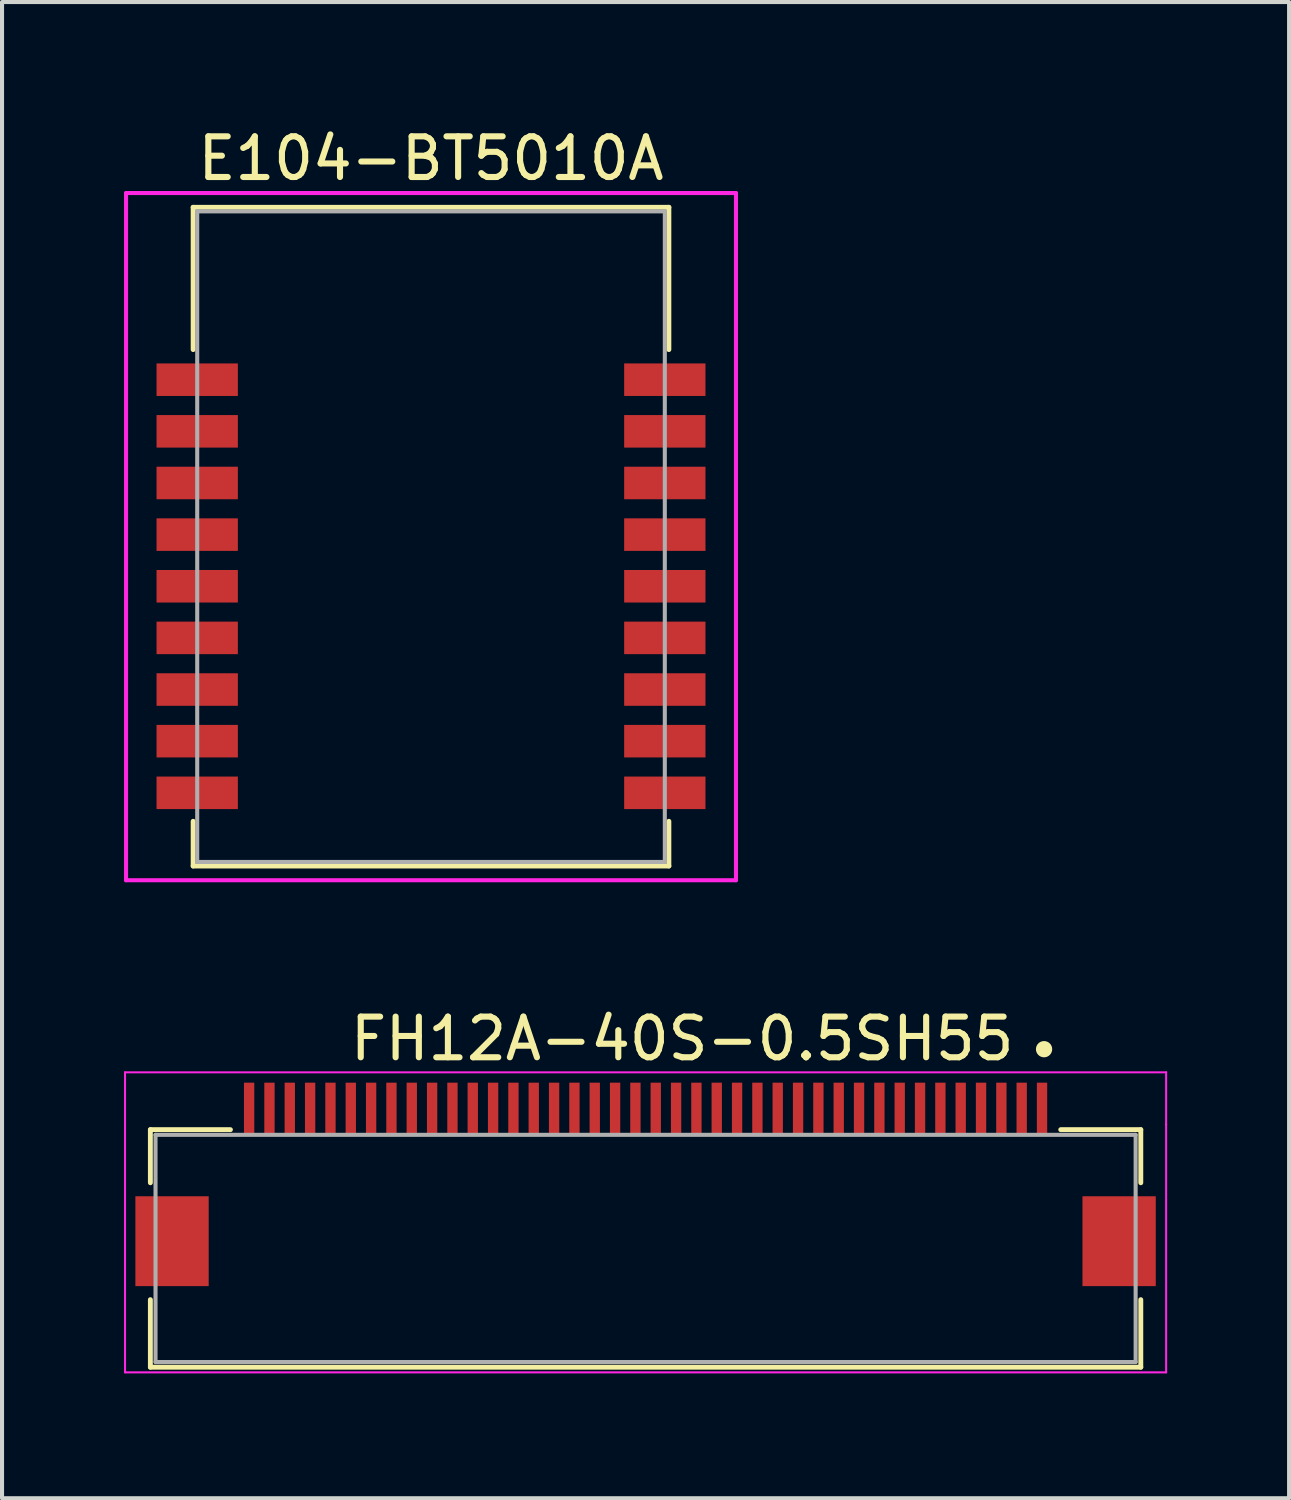
<source format=kicad_pcb>
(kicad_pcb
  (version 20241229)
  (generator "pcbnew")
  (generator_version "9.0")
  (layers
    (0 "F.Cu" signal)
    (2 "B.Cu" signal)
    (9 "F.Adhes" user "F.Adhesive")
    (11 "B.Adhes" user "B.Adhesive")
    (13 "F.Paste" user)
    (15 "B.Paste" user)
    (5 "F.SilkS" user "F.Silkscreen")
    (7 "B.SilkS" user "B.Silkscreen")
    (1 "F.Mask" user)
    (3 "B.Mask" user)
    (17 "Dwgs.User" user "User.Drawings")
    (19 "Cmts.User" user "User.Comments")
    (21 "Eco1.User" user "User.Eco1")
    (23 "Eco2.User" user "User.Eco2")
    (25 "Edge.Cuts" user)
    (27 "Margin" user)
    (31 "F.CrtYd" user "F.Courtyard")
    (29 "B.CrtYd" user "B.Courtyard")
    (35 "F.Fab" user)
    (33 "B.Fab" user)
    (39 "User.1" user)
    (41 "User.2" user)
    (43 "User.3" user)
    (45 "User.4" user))
  (footprint "FH12A-40S-0.5SH55"
    (layer "F.Cu")
    (at 12.827 30.547)
    (property "Reference" "FH12A-40S-0.5SH55" (at 0.9 -8.05 180) (layer "F.SilkS") (effects (font (size 1 1) (thickness 0.15))))
    (attr through_hole)
    (fp_line (start -12.179 -5.815) (end -12.179 -4.509) (stroke (width 0.12) (type solid)) (layer "F.SilkS"))
    (fp_line (start -12.179 -1.634) (end -12.179 0.027) (stroke (width 0.12) (type solid)) (layer "F.SilkS"))
    (fp_line (start -12.179 0.027) (end 12.179 0.027) (stroke (width 0.12) (type solid)) (layer "F.SilkS"))
    (fp_line (start -10.21 -5.815) (end -12.179 -5.815) (stroke (width 0.12) (type solid)) (layer "F.SilkS"))
    (fp_line (start 12.179 -5.815) (end 10.21 -5.815) (stroke (width 0.12) (type solid)) (layer "F.SilkS"))
    (fp_line (start 12.179 -4.509) (end 12.179 -5.815) (stroke (width 0.12) (type solid)) (layer "F.SilkS"))
    (fp_line (start 12.179 0.027) (end 12.179 -1.634) (stroke (width 0.12) (type solid)) (layer "F.SilkS"))
    (fp_circle (center 9.8 -7.794) (end 9.9 -7.794) (stroke (width 0.2) (type solid)) (fill no) (layer "F.SilkS"))
    (fp_line (start -12.802 -7.225) (end -12.802 0.154) (stroke (width 0.05) (type solid)) (layer "F.CrtYd"))
    (fp_line (start -12.802 -5.942) (end -12.802 -5.942) (stroke (width 0.05) (type solid)) (layer "F.CrtYd"))
    (fp_line (start -12.802 -5.942) (end -12.802 -5.942) (stroke (width 0.05) (type solid)) (layer "F.CrtYd"))
    (fp_line (start -12.802 0.154) (end 12.802 0.154) (stroke (width 0.05) (type solid)) (layer "F.CrtYd"))
    (fp_line (start 12.802 -7.225) (end -12.802 -7.225) (stroke (width 0.05) (type solid)) (layer "F.CrtYd"))
    (fp_line (start 12.802 -5.942) (end 12.802 -5.942) (stroke (width 0.05) (type solid)) (layer "F.CrtYd"))
    (fp_line (start 12.802 -5.942) (end 12.802 -5.942) (stroke (width 0.05) (type solid)) (layer "F.CrtYd"))
    (fp_line (start 12.802 0.154) (end 12.802 -7.225) (stroke (width 0.05) (type solid)) (layer "F.CrtYd"))
    (fp_line (start -12.052 -5.688) (end -12.052 -0.1) (stroke (width 0.1) (type solid)) (layer "F.Fab"))
    (fp_line (start -12.052 -0.1) (end 12.052 -0.1) (stroke (width 0.1) (type solid)) (layer "F.Fab"))
    (fp_line (start 12.052 -5.688) (end -12.052 -5.688) (stroke (width 0.1) (type solid)) (layer "F.Fab"))
    (fp_line (start 12.052 -0.1) (end 12.052 -5.688) (stroke (width 0.1) (type solid)) (layer "F.Fab"))
    (pad "1" smd rect (at 9.75 -6.323 270) (size 1.295 0.254) (layers "F.Cu" "F.Mask" "F.Paste"))
    (pad "2" smd rect (at 9.25 -6.323 270) (size 1.295 0.254) (layers "F.Cu" "F.Mask" "F.Paste"))
    (pad "3" smd rect (at 8.75 -6.323 270) (size 1.295 0.254) (layers "F.Cu" "F.Mask" "F.Paste"))
    (pad "4" smd rect (at 8.25 -6.323 270) (size 1.295 0.254) (layers "F.Cu" "F.Mask" "F.Paste"))
    (pad "5" smd rect (at 7.75 -6.323 270) (size 1.295 0.254) (layers "F.Cu" "F.Mask" "F.Paste"))
    (pad "6" smd rect (at 7.25 -6.323 270) (size 1.295 0.254) (layers "F.Cu" "F.Mask" "F.Paste"))
    (pad "7" smd rect (at 6.75 -6.323 270) (size 1.295 0.254) (layers "F.Cu" "F.Mask" "F.Paste"))
    (pad "8" smd rect (at 6.25 -6.323 270) (size 1.295 0.254) (layers "F.Cu" "F.Mask" "F.Paste"))
    (pad "9" smd rect (at 5.75 -6.323 270) (size 1.295 0.254) (layers "F.Cu" "F.Mask" "F.Paste"))
    (pad "10" smd rect (at 5.25 -6.323 270) (size 1.295 0.254) (layers "F.Cu" "F.Mask" "F.Paste"))
    (pad "11" smd rect (at 4.75 -6.323 270) (size 1.295 0.254) (layers "F.Cu" "F.Mask" "F.Paste"))
    (pad "12" smd rect (at 4.25 -6.323 270) (size 1.295 0.254) (layers "F.Cu" "F.Mask" "F.Paste"))
    (pad "13" smd rect (at 3.75 -6.323 270) (size 1.295 0.254) (layers "F.Cu" "F.Mask" "F.Paste"))
    (pad "14" smd rect (at 3.25 -6.323 270) (size 1.295 0.254) (layers "F.Cu" "F.Mask" "F.Paste"))
    (pad "15" smd rect (at 2.75 -6.323 270) (size 1.295 0.254) (layers "F.Cu" "F.Mask" "F.Paste"))
    (pad "16" smd rect (at 2.25 -6.323 270) (size 1.295 0.254) (layers "F.Cu" "F.Mask" "F.Paste"))
    (pad "17" smd rect (at 1.75 -6.323 270) (size 1.295 0.254) (layers "F.Cu" "F.Mask" "F.Paste"))
    (pad "18" smd rect (at 1.25 -6.323 270) (size 1.295 0.254) (layers "F.Cu" "F.Mask" "F.Paste"))
    (pad "19" smd rect (at 0.75 -6.323 270) (size 1.295 0.254) (layers "F.Cu" "F.Mask" "F.Paste"))
    (pad "20" smd rect (at 0.25 -6.323 270) (size 1.295 0.254) (layers "F.Cu" "F.Mask" "F.Paste"))
    (pad "21" smd rect (at -0.25 -6.323 270) (size 1.295 0.254) (layers "F.Cu" "F.Mask" "F.Paste"))
    (pad "22" smd rect (at -0.75 -6.323 270) (size 1.295 0.254) (layers "F.Cu" "F.Mask" "F.Paste"))
    (pad "23" smd rect (at -1.25 -6.323 270) (size 1.295 0.254) (layers "F.Cu" "F.Mask" "F.Paste"))
    (pad "24" smd rect (at -1.75 -6.323 270) (size 1.295 0.254) (layers "F.Cu" "F.Mask" "F.Paste"))
    (pad "25" smd rect (at -2.25 -6.323 270) (size 1.295 0.254) (layers "F.Cu" "F.Mask" "F.Paste"))
    (pad "26" smd rect (at -2.75 -6.323 270) (size 1.295 0.254) (layers "F.Cu" "F.Mask" "F.Paste"))
    (pad "27" smd rect (at -3.25 -6.323 270) (size 1.295 0.254) (layers "F.Cu" "F.Mask" "F.Paste"))
    (pad "28" smd rect (at -3.75 -6.323 270) (size 1.295 0.254) (layers "F.Cu" "F.Mask" "F.Paste"))
    (pad "29" smd rect (at -4.25 -6.323 270) (size 1.295 0.254) (layers "F.Cu" "F.Mask" "F.Paste"))
    (pad "30" smd rect (at -4.75 -6.323 270) (size 1.295 0.254) (layers "F.Cu" "F.Mask" "F.Paste"))
    (pad "31" smd rect (at -5.25 -6.323 270) (size 1.295 0.254) (layers "F.Cu" "F.Mask" "F.Paste"))
    (pad "32" smd rect (at -5.75 -6.323 270) (size 1.295 0.254) (layers "F.Cu" "F.Mask" "F.Paste"))
    (pad "33" smd rect (at -6.25 -6.323 270) (size 1.295 0.254) (layers "F.Cu" "F.Mask" "F.Paste"))
    (pad "34" smd rect (at -6.75 -6.323 270) (size 1.295 0.254) (layers "F.Cu" "F.Mask" "F.Paste"))
    (pad "35" smd rect (at -7.25 -6.323 270) (size 1.295 0.254) (layers "F.Cu" "F.Mask" "F.Paste"))
    (pad "36" smd rect (at -7.75 -6.323 270) (size 1.295 0.254) (layers "F.Cu" "F.Mask" "F.Paste"))
    (pad "37" smd rect (at -8.25 -6.323 270) (size 1.295 0.254) (layers "F.Cu" "F.Mask" "F.Paste"))
    (pad "38" smd rect (at -8.75 -6.323 270) (size 1.295 0.254) (layers "F.Cu" "F.Mask" "F.Paste"))
    (pad "39" smd rect (at -9.25 -6.323 270) (size 1.295 0.254) (layers "F.Cu" "F.Mask" "F.Paste"))
    (pad "40" smd rect (at -9.75 -6.323 270) (size 1.295 0.254) (layers "F.Cu" "F.Mask" "F.Paste"))
    (pad "MP" smd rect (at -11.646 -3.072 180) (size 1.803 2.21) (layers "F.Cu" "F.Mask" "F.Paste"))
    (pad "MP" smd rect (at 11.646 -3.072 180) (size 1.803 2.21) (layers "F.Cu" "F.Mask" "F.Paste")))
  (footprint "E104-BT5010A"
    (layer "F.Cu")
    (at 7.55 10.148)
    (property "Reference" "E104-BT5010A" (at 0 -9.3 0) (layer "F.SilkS") (effects (font (size 1 1) (thickness 0.15))))
    (attr through_hole)
    (fp_line (start -5.85 -8.1) (end 5.85 -8.1) (stroke (width 0.12) (type solid)) (layer "F.SilkS"))
    (fp_line (start -5.85 -4.6) (end -5.85 -8.1) (stroke (width 0.12) (type solid)) (layer "F.SilkS"))
    (fp_line (start -5.85 8.1) (end -5.85 7) (stroke (width 0.12) (type solid)) (layer "F.SilkS"))
    (fp_line (start -5.85 8.1) (end 5.85 8.1) (stroke (width 0.12) (type solid)) (layer "F.SilkS"))
    (fp_line (start 5.85 -8.1) (end 5.85 -4.6) (stroke (width 0.12) (type solid)) (layer "F.SilkS"))
    (fp_line (start 5.85 8.1) (end 5.85 7) (stroke (width 0.12) (type solid)) (layer "F.SilkS"))
    (fp_line (start -7.5 -8.45) (end -7.5 8.45) (stroke (width 0.1) (type solid)) (layer "F.CrtYd"))
    (fp_line (start -7.5 8.45) (end 7.5 8.45) (stroke (width 0.1) (type solid)) (layer "F.CrtYd"))
    (fp_line (start 7.5 -8.45) (end -7.5 -8.45) (stroke (width 0.1) (type solid)) (layer "F.CrtYd"))
    (fp_line (start 7.5 8.45) (end 7.5 -8.45) (stroke (width 0.1) (type solid)) (layer "F.CrtYd"))
    (fp_line (start -5.75 -8) (end -5.75 8) (stroke (width 0.1) (type solid)) (layer "F.Fab"))
    (fp_line (start -5.75 -8) (end 5.75 -8) (stroke (width 0.1) (type solid)) (layer "F.Fab"))
    (fp_line (start -5.75 8) (end 5.75 8) (stroke (width 0.1) (type solid)) (layer "F.Fab"))
    (fp_line (start 5.75 -8) (end 5.75 8) (stroke (width 0.1) (type solid)) (layer "F.Fab"))
    (pad "1" smd rect (at -5.75 -3.86 180) (size 2 0.8) (layers "F.Cu" "F.Mask" "F.Paste"))
    (pad "2" smd rect (at -5.75 -2.59 180) (size 2 0.8) (layers "F.Cu" "F.Mask" "F.Paste"))
    (pad "3" smd rect (at -5.75 -1.32 180) (size 2 0.8) (layers "F.Cu" "F.Mask" "F.Paste"))
    (pad "4" smd rect (at -5.75 -0.05 180) (size 2 0.8) (layers "F.Cu" "F.Mask" "F.Paste"))
    (pad "5" smd rect (at -5.75 1.22 180) (size 2 0.8) (layers "F.Cu" "F.Mask" "F.Paste"))
    (pad "6" smd rect (at -5.75 2.49 180) (size 2 0.8) (layers "F.Cu" "F.Mask" "F.Paste"))
    (pad "7" smd rect (at -5.75 3.76 180) (size 2 0.8) (layers "F.Cu" "F.Mask" "F.Paste"))
    (pad "8" smd rect (at -5.75 5.03 180) (size 2 0.8) (layers "F.Cu" "F.Mask" "F.Paste"))
    (pad "9" smd rect (at -5.75 6.3 180) (size 2 0.8) (layers "F.Cu" "F.Mask" "F.Paste"))
    (pad "16" smd rect (at 5.75 6.3 180) (size 2 0.8) (layers "F.Cu" "F.Mask" "F.Paste"))
    (pad "17" smd rect (at 5.75 5.03 180) (size 2 0.8) (layers "F.Cu" "F.Mask" "F.Paste"))
    (pad "18" smd rect (at 5.75 3.76 180) (size 2 0.8) (layers "F.Cu" "F.Mask" "F.Paste"))
    (pad "19" smd rect (at 5.75 2.49 180) (size 2 0.8) (layers "F.Cu" "F.Mask" "F.Paste"))
    (pad "20" smd rect (at 5.75 1.22 180) (size 2 0.8) (layers "F.Cu" "F.Mask" "F.Paste"))
    (pad "21" smd rect (at 5.75 -0.05 180) (size 2 0.8) (layers "F.Cu" "F.Mask" "F.Paste"))
    (pad "22" smd rect (at 5.75 -1.32 180) (size 2 0.8) (layers "F.Cu" "F.Mask" "F.Paste"))
    (pad "23" smd rect (at 5.75 -2.59 180) (size 2 0.8) (layers "F.Cu" "F.Mask" "F.Paste"))
    (pad "24" smd rect (at 5.75 -3.86 180) (size 2 0.8) (layers "F.Cu" "F.Mask" "F.Paste"))
    (zone (net_name "") (layer "F.Cu") (hatch edge 0.508) (connect_pads) (min_thickness 0.254) (filled_areas_thickness no) (keepout (tracks not_allowed) (vias not_allowed) (pads not_allowed) (copperpour not_allowed) (footprints not_allowed)) (placement (enabled no)) (fill) (polygon (pts (xy 11.35 15.948) (xy 3.75 15.948) (xy 3.75 14.448) (xy 11.35 14.448)))))
  (gr_rect
    (start -3 -3)
    (end 28.653 33.797)
    (stroke (width 0.1) (type default))
    (fill no)
    (layer "Edge.Cuts")))
</source>
